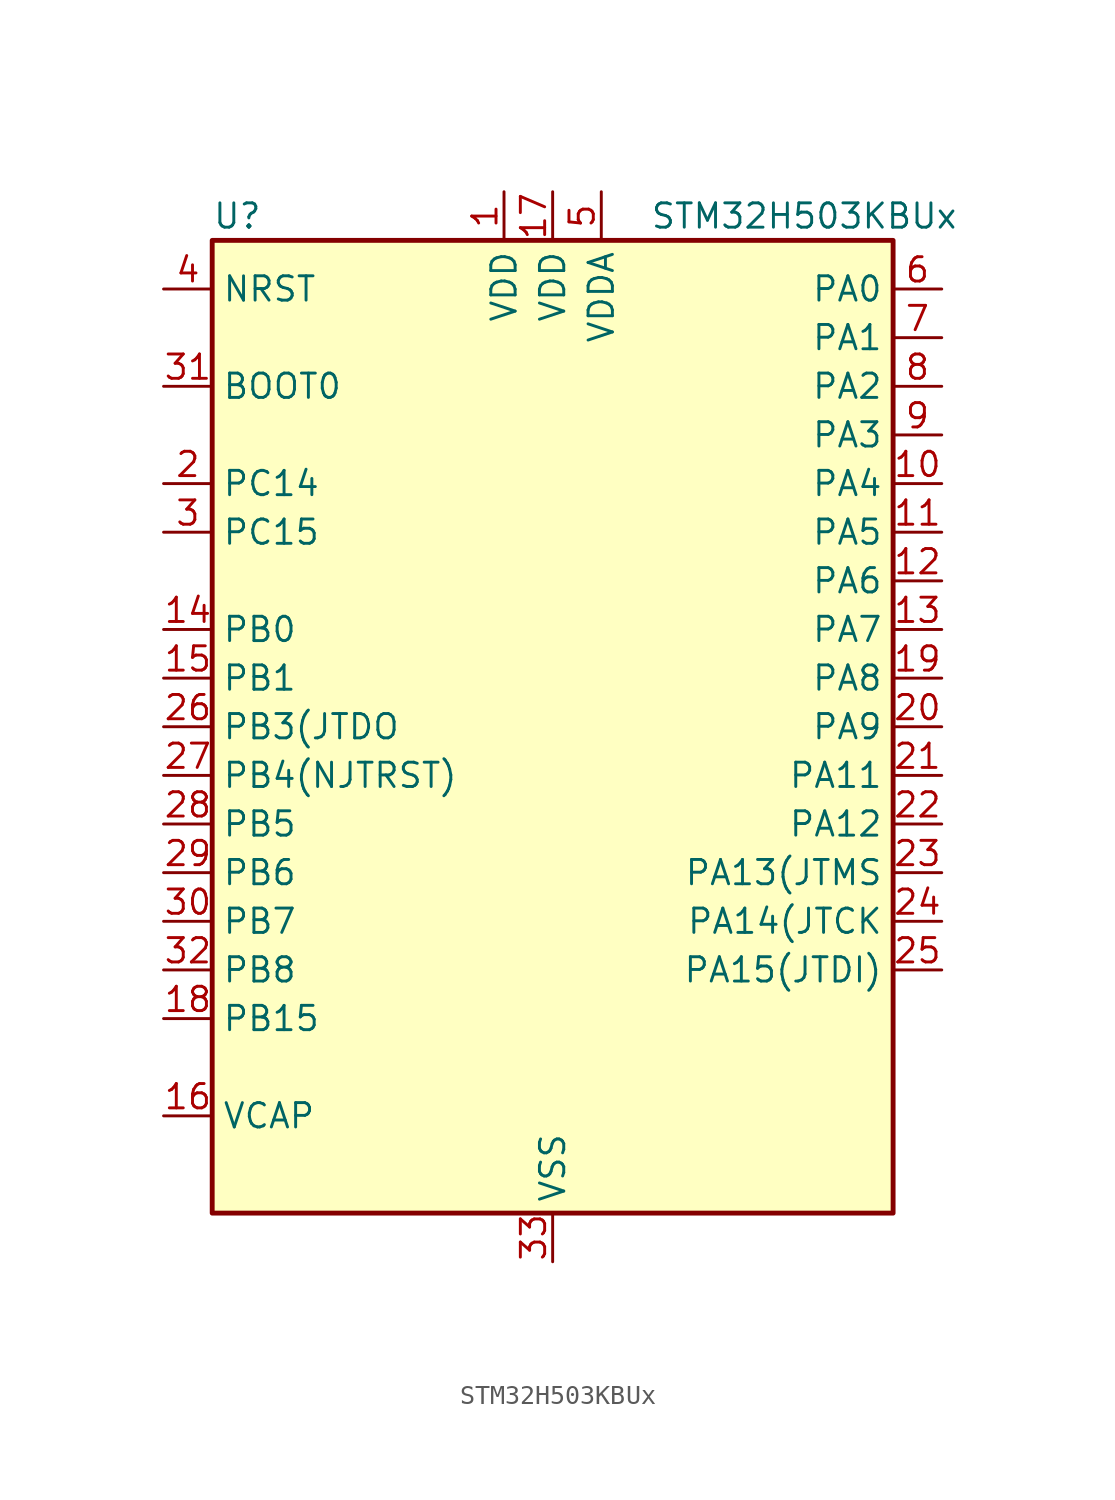
<source format=kicad_sym>
(kicad_symbol_lib
  (version 20231120)
  (generator "kicad_symbol_editor")
  (generator_version "8.0")
  (symbol "STM32H503KBUx"
    (property "Reference" "U"
      (at -17.78 26.67 0)
      (effects (font (size 1.27 1.27)) (justify left)))
    (property "Value" "STM32H503KBUx"
      (at 5.08 26.67 0)
      (effects (font (size 1.27 1.27)) (justify left)))
    (property "ki_locked" ""
      (at 0 0 0)
      (effects (font (size 1.27 1.27))))
    (symbol "STM32H503KBUx_0_1"
      (rectangle (start -17.78 -25.4) (end 17.78 25.4) (stroke (width 0.254) (type default)) (fill (type background))))
    (symbol "STM32H503KBUx_1_1"
      (pin power_in line (at -2.54 27.94 270) (length 2.54) (name "VDD" (effects (font (size 1.27 1.27)))) (number "1" (effects (font (size 1.27 1.27)))))
      (pin bidirectional line (at 20.32 12.7 180) (length 2.54) (name "PA4" (effects (font (size 1.27 1.27)))) (number "10" (effects (font (size 1.27 1.27)))) (alternate "ADC1_INP18" bidirectional line) (alternate "DAC1_OUT1" bidirectional line) (alternate "I2S1_SDO" bidirectional line) (alternate "I2S1_WS" bidirectional line) (alternate "I2S3_SDI" bidirectional line) (alternate "I2S3_WS" bidirectional line) (alternate "LPTIM2_CH1" bidirectional line) (alternate "SPI1_MOSI" bidirectional line) (alternate "SPI1_NSS" bidirectional line) (alternate "SPI3_MISO" bidirectional line) (alternate "SPI3_NSS" bidirectional line) (alternate "TIM1_BKIN" bidirectional line) (alternate "TIM1_CH2N" bidirectional line) (alternate "USART1_RTS" bidirectional line) (alternate "USART2_CK" bidirectional line) (alternate "USART3_TX" bidirectional line))
      (pin bidirectional line (at 20.32 10.16 180) (length 2.54) (name "PA5" (effects (font (size 1.27 1.27)))) (number "11" (effects (font (size 1.27 1.27)))) (alternate "ADC1_INN18" bidirectional line) (alternate "ADC1_INP19" bidirectional line) (alternate "COMP1_INM" bidirectional line) (alternate "DAC1_OUT2" bidirectional line) (alternate "I2S1_CK" bidirectional line) (alternate "I2S1_MCK" bidirectional line) (alternate "I2S2_CK" bidirectional line) (alternate "I2S3_SDO" bidirectional line) (alternate "LPTIM1_CH1" bidirectional line) (alternate "LPTIM1_ETR" bidirectional line) (alternate "LPTIM2_CH2" bidirectional line) (alternate "LPUART1_RTS" bidirectional line) (alternate "PWR_CSTOP" bidirectional line) (alternate "SPI1_SCK" bidirectional line) (alternate "SPI2_SCK" bidirectional line) (alternate "SPI3_MOSI" bidirectional line) (alternate "TIM2_CH1" bidirectional line) (alternate "TIM2_ETR" bidirectional line) (alternate "USART2_CTS" bidirectional line) (alternate "USART2_NSS" bidirectional line) (alternate "USART2_TX" bidirectional line) (alternate "USART3_RX" bidirectional line))
      (pin bidirectional line (at 20.32 7.62 180) (length 2.54) (name "PA6" (effects (font (size 1.27 1.27)))) (number "12" (effects (font (size 1.27 1.27)))) (alternate "ADC1_INP3" bidirectional line) (alternate "I2S1_SDI" bidirectional line) (alternate "SPI1_MISO" bidirectional line) (alternate "TIM1_BKIN" bidirectional line) (alternate "TIM3_CH1" bidirectional line))
      (pin bidirectional line (at 20.32 5.08 180) (length 2.54) (name "PA7" (effects (font (size 1.27 1.27)))) (number "13" (effects (font (size 1.27 1.27)))) (alternate "ADC1_INN3" bidirectional line) (alternate "ADC1_INP7" bidirectional line) (alternate "AUDIOCLK" bidirectional line) (alternate "I2S1_MCK" bidirectional line) (alternate "I2S1_SDO" bidirectional line) (alternate "I2S2_MCK" bidirectional line) (alternate "I2S2_SDI" bidirectional line) (alternate "I2S3_MCK" bidirectional line) (alternate "LPTIM2_ETR" bidirectional line) (alternate "OPAMP1_VOUT" bidirectional line) (alternate "PWR_CSLEEP" bidirectional line) (alternate "SPI1_MOSI" bidirectional line) (alternate "SPI2_MISO" bidirectional line) (alternate "TIM1_CH1N" bidirectional line) (alternate "TIM2_CH3" bidirectional line) (alternate "TIM3_CH2" bidirectional line) (alternate "USART1_RTS" bidirectional line) (alternate "USART3_CK" bidirectional line) (alternate "USART3_RTS" bidirectional line))
      (pin bidirectional line (at -20.32 5.08 0) (length 2.54) (name "PB0" (effects (font (size 1.27 1.27)))) (number "14" (effects (font (size 1.27 1.27)))) (alternate "ADC1_INN5" bidirectional line) (alternate "ADC1_INP9" bidirectional line) (alternate "COMP1_INP" bidirectional line) (alternate "LPTIM1_IN1" bidirectional line) (alternate "OPAMP1_VINP" bidirectional line) (alternate "TIM1_CH2N" bidirectional line) (alternate "TIM1_ETR" bidirectional line) (alternate "TIM3_CH3" bidirectional line) (alternate "USART2_TX" bidirectional line))
      (pin bidirectional line (at -20.32 2.54 0) (length 2.54) (name "PB1" (effects (font (size 1.27 1.27)))) (number "15" (effects (font (size 1.27 1.27)))) (alternate "ADC1_INP5" bidirectional line) (alternate "COMP1_INM" bidirectional line) (alternate "COMP1_OUT" bidirectional line) (alternate "I2S2_SDO" bidirectional line) (alternate "LPTIM1_IN2" bidirectional line) (alternate "LPTIM2_ETR" bidirectional line) (alternate "OPAMP1_VINM" bidirectional line) (alternate "OPAMP1_VINM1" bidirectional line) (alternate "SPI2_MOSI" bidirectional line) (alternate "TIM1_CH1" bidirectional line) (alternate "TIM1_CH3N" bidirectional line) (alternate "TIM3_CH4" bidirectional line) (alternate "USART2_RX" bidirectional line))
      (pin power_out line (at -20.32 -20.32 0) (length 2.54) (name "VCAP" (effects (font (size 1.27 1.27)))) (number "16" (effects (font (size 1.27 1.27)))))
      (pin power_in line (at 0 27.94 270) (length 2.54) (name "VDD" (effects (font (size 1.27 1.27)))) (number "17" (effects (font (size 1.27 1.27)))))
      (pin bidirectional line (at -20.32 -15.24 0) (length 2.54) (name "PB15" (effects (font (size 1.27 1.27)))) (number "18" (effects (font (size 1.27 1.27)))) (alternate "ADC1_EXTI15" bidirectional line) (alternate "COMP1_OUT" bidirectional line) (alternate "FDCAN1_TX" bidirectional line) (alternate "I2S2_SDO" bidirectional line) (alternate "I2S3_MCK" bidirectional line) (alternate "I2S3_SDI" bidirectional line) (alternate "LPTIM1_CH1" bidirectional line) (alternate "LPTIM2_IN2" bidirectional line) (alternate "LPUART1_RX" bidirectional line) (alternate "PWR_PVD_IN" bidirectional line) (alternate "RTC_REFIN" bidirectional line) (alternate "SPI2_MOSI" bidirectional line) (alternate "SPI3_MISO" bidirectional line) (alternate "TIM1_CH3N" bidirectional line) (alternate "TIM3_CH4" bidirectional line) (alternate "USART1_RX" bidirectional line) (alternate "USART2_RTS" bidirectional line) (alternate "USART2_RX" bidirectional line) (alternate "USART3_CTS" bidirectional line) (alternate "USART3_NSS" bidirectional line))
      (pin bidirectional line (at 20.32 2.54 180) (length 2.54) (name "PA8" (effects (font (size 1.27 1.27)))) (number "19" (effects (font (size 1.27 1.27)))) (alternate "FDCAN1_RX" bidirectional line) (alternate "I2S1_CK" bidirectional line) (alternate "I2S2_SDO" bidirectional line) (alternate "I2S2_WS" bidirectional line) (alternate "LPTIM2_IN1" bidirectional line) (alternate "LPUART1_CTS" bidirectional line) (alternate "RCC_MCO_1" bidirectional line) (alternate "SPI1_RDY" bidirectional line) (alternate "SPI1_SCK" bidirectional line) (alternate "SPI2_MOSI" bidirectional line) (alternate "SPI2_NSS" bidirectional line) (alternate "TIM1_CH1" bidirectional line) (alternate "TIM1_CH4N" bidirectional line) (alternate "TIM3_CH3" bidirectional line) (alternate "USART1_CK" bidirectional line) (alternate "USART2_TX" bidirectional line) (alternate "USART3_TX" bidirectional line) (alternate "USB_SOF" bidirectional line))
      (pin bidirectional line (at -20.32 12.7 0) (length 2.54) (name "PC14" (effects (font (size 1.27 1.27)))) (number "2" (effects (font (size 1.27 1.27)))) (alternate "RCC_OSC32_IN" bidirectional line))
      (pin bidirectional line (at 20.32 0 180) (length 2.54) (name "PA9" (effects (font (size 1.27 1.27)))) (number "20" (effects (font (size 1.27 1.27)))) (alternate "DAC1_EXTI9" bidirectional line) (alternate "DEBUG_TRACED2" bidirectional line) (alternate "I2S1_SDI" bidirectional line) (alternate "I2S2_CK" bidirectional line) (alternate "I2S3_SDO" bidirectional line) (alternate "LPUART1_TX" bidirectional line) (alternate "SPI1_MISO" bidirectional line) (alternate "SPI2_SCK" bidirectional line) (alternate "SPI3_MOSI" bidirectional line) (alternate "TIM1_CH2" bidirectional line) (alternate "USART1_TX" bidirectional line) (alternate "USART3_CK" bidirectional line))
      (pin bidirectional line (at 20.32 -2.54 180) (length 2.54) (name "PA11" (effects (font (size 1.27 1.27)))) (number "21" (effects (font (size 1.27 1.27)))) (alternate "ADC1_EXTI11" bidirectional line) (alternate "DEBUG_TRGIO" bidirectional line) (alternate "FDCAN1_RX" bidirectional line) (alternate "I2S2_WS" bidirectional line) (alternate "LPTIM2_CH2" bidirectional line) (alternate "LPUART1_CTS" bidirectional line) (alternate "SPI2_NSS" bidirectional line) (alternate "SPI3_RDY" bidirectional line) (alternate "TIM1_CH4" bidirectional line) (alternate "TIM3_CH2" bidirectional line) (alternate "USART1_CTS" bidirectional line) (alternate "USART1_NSS" bidirectional line) (alternate "USART1_RX" bidirectional line) (alternate "USART2_RX" bidirectional line) (alternate "USART3_RTS" bidirectional line) (alternate "USB_DM" bidirectional line))
      (pin bidirectional line (at 20.32 -5.08 180) (length 2.54) (name "PA12" (effects (font (size 1.27 1.27)))) (number "22" (effects (font (size 1.27 1.27)))) (alternate "DEBUG_TRACED3" bidirectional line) (alternate "FDCAN1_TX" bidirectional line) (alternate "I2S2_CK" bidirectional line) (alternate "LPUART1_RTS" bidirectional line) (alternate "SPI2_RDY" bidirectional line) (alternate "SPI2_SCK" bidirectional line) (alternate "TIM1_ETR" bidirectional line) (alternate "TIM2_CH4" bidirectional line) (alternate "TIM3_CH4" bidirectional line) (alternate "USART1_RTS" bidirectional line) (alternate "USART1_TX" bidirectional line) (alternate "USART2_TX" bidirectional line) (alternate "USART3_RX" bidirectional line) (alternate "USB_DP" bidirectional line))
      (pin bidirectional line (at 20.32 -7.62 180) (length 2.54) (name "PA13(JTMS" (effects (font (size 1.27 1.27)))) (number "23" (effects (font (size 1.27 1.27)))) (alternate "COMP1_OUT" bidirectional line) (alternate "DEBUG_JTMS-SWDIO" bidirectional line) (alternate "LPTIM1_CH1" bidirectional line) (alternate "LPUART1_CTS" bidirectional line) (alternate "TIM1_CH1" bidirectional line) (alternate "TIM1_ETR" bidirectional line) (alternate "USART1_RX" bidirectional line) (alternate "USART2_RX" bidirectional line))
      (pin bidirectional line (at 20.32 -10.16 180) (length 2.54) (name "PA14(JTCK" (effects (font (size 1.27 1.27)))) (number "24" (effects (font (size 1.27 1.27)))) (alternate "DEBUG_JTCK-SWCLK" bidirectional line) (alternate "LPTIM1_ETR" bidirectional line) (alternate "LPTIM2_CH1" bidirectional line) (alternate "LPUART1_RTS" bidirectional line) (alternate "TIM1_CH2" bidirectional line) (alternate "TIM1_CH4N" bidirectional line) (alternate "TIM3_CH1" bidirectional line) (alternate "USART1_TX" bidirectional line) (alternate "USART2_TX" bidirectional line))
      (pin bidirectional line (at 20.32 -12.7 180) (length 2.54) (name "PA15(JTDI)" (effects (font (size 1.27 1.27)))) (number "25" (effects (font (size 1.27 1.27)))) (alternate "ADC1_EXTI15" bidirectional line) (alternate "DEBUG_JTDI" bidirectional line) (alternate "I2S1_WS" bidirectional line) (alternate "I2S2_SDI" bidirectional line) (alternate "I2S3_CK" bidirectional line) (alternate "I2S3_WS" bidirectional line) (alternate "LPTIM1_IN2" bidirectional line) (alternate "LPTIM2_CH1" bidirectional line) (alternate "SPI1_NSS" bidirectional line) (alternate "SPI2_MISO" bidirectional line) (alternate "SPI3_NSS" bidirectional line) (alternate "SPI3_SCK" bidirectional line) (alternate "TIM2_CH1" bidirectional line) (alternate "TIM2_ETR" bidirectional line) (alternate "USART1_CTS" bidirectional line) (alternate "USART1_NSS" bidirectional line) (alternate "USART2_CK" bidirectional line) (alternate "USART2_RTS" bidirectional line) (alternate "USART2_RX" bidirectional line) (alternate "USART3_RX" bidirectional line))
      (pin bidirectional line (at -20.32 0 0) (length 2.54) (name "PB3(JTDO" (effects (font (size 1.27 1.27)))) (number "26" (effects (font (size 1.27 1.27)))) (alternate "CRS_SYNC" bidirectional line) (alternate "DEBUG_JTDO-SWO" bidirectional line) (alternate "FDCAN1_RX" bidirectional line) (alternate "I2C1_SMBA" bidirectional line) (alternate "I2C2_SCL" bidirectional line) (alternate "I2C2_SDA" bidirectional line) (alternate "I2S1_CK" bidirectional line) (alternate "I2S2_MCK" bidirectional line) (alternate "I2S3_CK" bidirectional line) (alternate "I3C2_SCL" bidirectional line) (alternate "LPTIM1_CH1" bidirectional line) (alternate "SPI1_SCK" bidirectional line) (alternate "SPI3_SCK" bidirectional line) (alternate "TIM1_BKIN" bidirectional line) (alternate "TIM2_CH2" bidirectional line) (alternate "USART3_TX" bidirectional line))
      (pin bidirectional line (at -20.32 -2.54 0) (length 2.54) (name "PB4(NJTRST)" (effects (font (size 1.27 1.27)))) (number "27" (effects (font (size 1.27 1.27)))) (alternate "DEBUG_JTRST" bidirectional line) (alternate "FDCAN1_TX" bidirectional line) (alternate "I2C1_SMBA" bidirectional line) (alternate "I2C2_SDA" bidirectional line) (alternate "I2S1_SDI" bidirectional line) (alternate "I2S2_WS" bidirectional line) (alternate "I2S3_SDI" bidirectional line) (alternate "I3C2_SDA" bidirectional line) (alternate "LPTIM1_CH2" bidirectional line) (alternate "SPI1_MISO" bidirectional line) (alternate "SPI2_NSS" bidirectional line) (alternate "SPI3_MISO" bidirectional line) (alternate "TIM1_CH2" bidirectional line) (alternate "TIM1_CH4N" bidirectional line) (alternate "TIM3_CH1" bidirectional line) (alternate "USART2_TX" bidirectional line))
      (pin bidirectional line (at -20.32 -5.08 0) (length 2.54) (name "PB5" (effects (font (size 1.27 1.27)))) (number "28" (effects (font (size 1.27 1.27)))) (alternate "DEBUG_TRACECLK" bidirectional line) (alternate "FDCAN1_RX" bidirectional line) (alternate "I2C1_SDA" bidirectional line) (alternate "I2C1_SMBA" bidirectional line) (alternate "I2C2_SCL" bidirectional line) (alternate "I2S1_SDO" bidirectional line) (alternate "I2S2_SDI" bidirectional line) (alternate "I2S3_SDO" bidirectional line) (alternate "I3C1_SDA" bidirectional line) (alternate "I3C2_SCL" bidirectional line) (alternate "LPTIM1_IN1" bidirectional line) (alternate "SPI1_MOSI" bidirectional line) (alternate "SPI2_MISO" bidirectional line) (alternate "SPI3_MOSI" bidirectional line) (alternate "TIM1_CH3" bidirectional line) (alternate "TIM3_CH2" bidirectional line) (alternate "USART2_RX" bidirectional line))
      (pin bidirectional line (at -20.32 -7.62 0) (length 2.54) (name "PB6" (effects (font (size 1.27 1.27)))) (number "29" (effects (font (size 1.27 1.27)))) (alternate "DEBUG_TRACED0" bidirectional line) (alternate "FDCAN1_TX" bidirectional line) (alternate "I2C1_SCL" bidirectional line) (alternate "I2S1_MCK" bidirectional line) (alternate "I3C1_SCL" bidirectional line) (alternate "LPUART1_TX" bidirectional line) (alternate "SPI3_RDY" bidirectional line) (alternate "TIM1_CH2" bidirectional line) (alternate "TIM1_CH3N" bidirectional line) (alternate "TIM3_CH3" bidirectional line) (alternate "USART1_TX" bidirectional line) (alternate "USART2_CK" bidirectional line) (alternate "USART2_CTS" bidirectional line) (alternate "USART2_NSS" bidirectional line))
      (pin bidirectional line (at -20.32 10.16 0) (length 2.54) (name "PC15" (effects (font (size 1.27 1.27)))) (number "3" (effects (font (size 1.27 1.27)))) (alternate "ADC1_EXTI15" bidirectional line) (alternate "RCC_OSC32_OUT" bidirectional line))
      (pin bidirectional line (at -20.32 -10.16 0) (length 2.54) (name "PB7" (effects (font (size 1.27 1.27)))) (number "30" (effects (font (size 1.27 1.27)))) (alternate "AUDIOCLK" bidirectional line) (alternate "DEBUG_TRACED1" bidirectional line) (alternate "FDCAN1_TX" bidirectional line) (alternate "I2C1_SDA" bidirectional line) (alternate "I2C2_SMBA" bidirectional line) (alternate "I2S3_CK" bidirectional line) (alternate "I2S3_MCK" bidirectional line) (alternate "I3C1_SDA" bidirectional line) (alternate "LPUART1_RX" bidirectional line) (alternate "PWR_WKUP5" bidirectional line) (alternate "SPI3_SCK" bidirectional line) (alternate "TIM1_CH1" bidirectional line) (alternate "TIM1_CH2N" bidirectional line) (alternate "TIM3_ETR" bidirectional line) (alternate "USART1_RX" bidirectional line) (alternate "USART3_TX" bidirectional line))
      (pin input line (at -20.32 17.78 0) (length 2.54) (name "BOOT0" (effects (font (size 1.27 1.27)))) (number "31" (effects (font (size 1.27 1.27)))))
      (pin bidirectional line (at -20.32 -12.7 0) (length 2.54) (name "PB8" (effects (font (size 1.27 1.27)))) (number "32" (effects (font (size 1.27 1.27)))) (alternate "DEBUG_TRACED2" bidirectional line) (alternate "FDCAN1_RX" bidirectional line) (alternate "I2C1_SCL" bidirectional line) (alternate "I2C2_SDA" bidirectional line) (alternate "I2C2_SMBA" bidirectional line) (alternate "I2S1_WS" bidirectional line) (alternate "I2S2_MCK" bidirectional line) (alternate "I3C1_SCL" bidirectional line) (alternate "I3C2_SDA" bidirectional line) (alternate "LPTIM1_CH2" bidirectional line) (alternate "LPTIM2_CH1" bidirectional line) (alternate "SPI1_NSS" bidirectional line) (alternate "SPI2_RDY" bidirectional line) (alternate "TIM1_BKIN2" bidirectional line) (alternate "USART1_CK" bidirectional line) (alternate "USART3_RX" bidirectional line))
      (pin power_in line (at 0 -27.94 90) (length 2.54) (name "VSS" (effects (font (size 1.27 1.27)))) (number "33" (effects (font (size 1.27 1.27)))))
      (pin input line (at -20.32 22.86 0) (length 2.54) (name "NRST" (effects (font (size 1.27 1.27)))) (number "4" (effects (font (size 1.27 1.27)))))
      (pin power_in line (at 2.54 27.94 270) (length 2.54) (name "VDDA" (effects (font (size 1.27 1.27)))) (number "5" (effects (font (size 1.27 1.27)))))
      (pin bidirectional line (at 20.32 22.86 180) (length 2.54) (name "PA0" (effects (font (size 1.27 1.27)))) (number "6" (effects (font (size 1.27 1.27)))) (alternate "ADC1_INN1" bidirectional line) (alternate "ADC1_INP0" bidirectional line) (alternate "COMP1_INP" bidirectional line) (alternate "I2S1_SDI" bidirectional line) (alternate "I2S2_MCK" bidirectional line) (alternate "I2S3_WS" bidirectional line) (alternate "LPTIM1_ETR" bidirectional line) (alternate "LPTIM1_IN2" bidirectional line) (alternate "LPTIM2_ETR" bidirectional line) (alternate "OPAMP1_VINP" bidirectional line) (alternate "PWR_WKUP1" bidirectional line) (alternate "RTC_OUT2" bidirectional line) (alternate "SPI1_MISO" bidirectional line) (alternate "SPI3_NSS" bidirectional line) (alternate "SPI3_RDY" bidirectional line) (alternate "TAMP_IN2" bidirectional line) (alternate "TAMP_OUT1" bidirectional line) (alternate "TIM2_CH1" bidirectional line) (alternate "TIM2_ETR" bidirectional line) (alternate "TIM3_CH1" bidirectional line) (alternate "USART1_CTS" bidirectional line) (alternate "USART1_NSS" bidirectional line) (alternate "USART2_CTS" bidirectional line) (alternate "USART2_NSS" bidirectional line) (alternate "USART3_CK" bidirectional line) (alternate "USART3_CTS" bidirectional line) (alternate "USART3_NSS" bidirectional line))
      (pin bidirectional line (at 20.32 20.32 180) (length 2.54) (name "PA1" (effects (font (size 1.27 1.27)))) (number "7" (effects (font (size 1.27 1.27)))) (alternate "ADC1_INP1" bidirectional line) (alternate "I2S1_WS" bidirectional line) (alternate "I2S3_CK" bidirectional line) (alternate "LPTIM1_IN1" bidirectional line) (alternate "SPI1_NSS" bidirectional line) (alternate "SPI2_RDY" bidirectional line) (alternate "SPI3_SCK" bidirectional line) (alternate "TIM1_CH3" bidirectional line) (alternate "TIM2_CH2" bidirectional line) (alternate "USART1_RX" bidirectional line) (alternate "USART2_CK" bidirectional line) (alternate "USART2_RTS" bidirectional line))
      (pin bidirectional line (at 20.32 17.78 180) (length 2.54) (name "PA2" (effects (font (size 1.27 1.27)))) (number "8" (effects (font (size 1.27 1.27)))) (alternate "ADC1_INP14" bidirectional line) (alternate "I2S1_CK" bidirectional line) (alternate "I2S3_SDI" bidirectional line) (alternate "LPTIM1_IN2" bidirectional line) (alternate "LPUART1_RX" bidirectional line) (alternate "PWR_WKUP2" bidirectional line) (alternate "SPI1_SCK" bidirectional line) (alternate "SPI3_MISO" bidirectional line) (alternate "TIM1_CH4" bidirectional line) (alternate "TIM2_CH3" bidirectional line) (alternate "TIM3_ETR" bidirectional line) (alternate "USART1_TX" bidirectional line) (alternate "USART2_TX" bidirectional line))
      (pin bidirectional line (at 20.32 15.24 180) (length 2.54) (name "PA3" (effects (font (size 1.27 1.27)))) (number "9" (effects (font (size 1.27 1.27)))) (alternate "ADC1_INP15" bidirectional line) (alternate "I2S1_SDI" bidirectional line) (alternate "I2S2_WS" bidirectional line) (alternate "I2S3_SDO" bidirectional line) (alternate "LPUART1_TX" bidirectional line) (alternate "SPI1_MISO" bidirectional line) (alternate "SPI2_NSS" bidirectional line) (alternate "SPI3_MOSI" bidirectional line) (alternate "TIM1_CH1N" bidirectional line) (alternate "TIM2_CH4" bidirectional line) (alternate "USART1_CK" bidirectional line) (alternate "USART2_RX" bidirectional line) (alternate "USART3_RX" bidirectional line)))))
</source>
